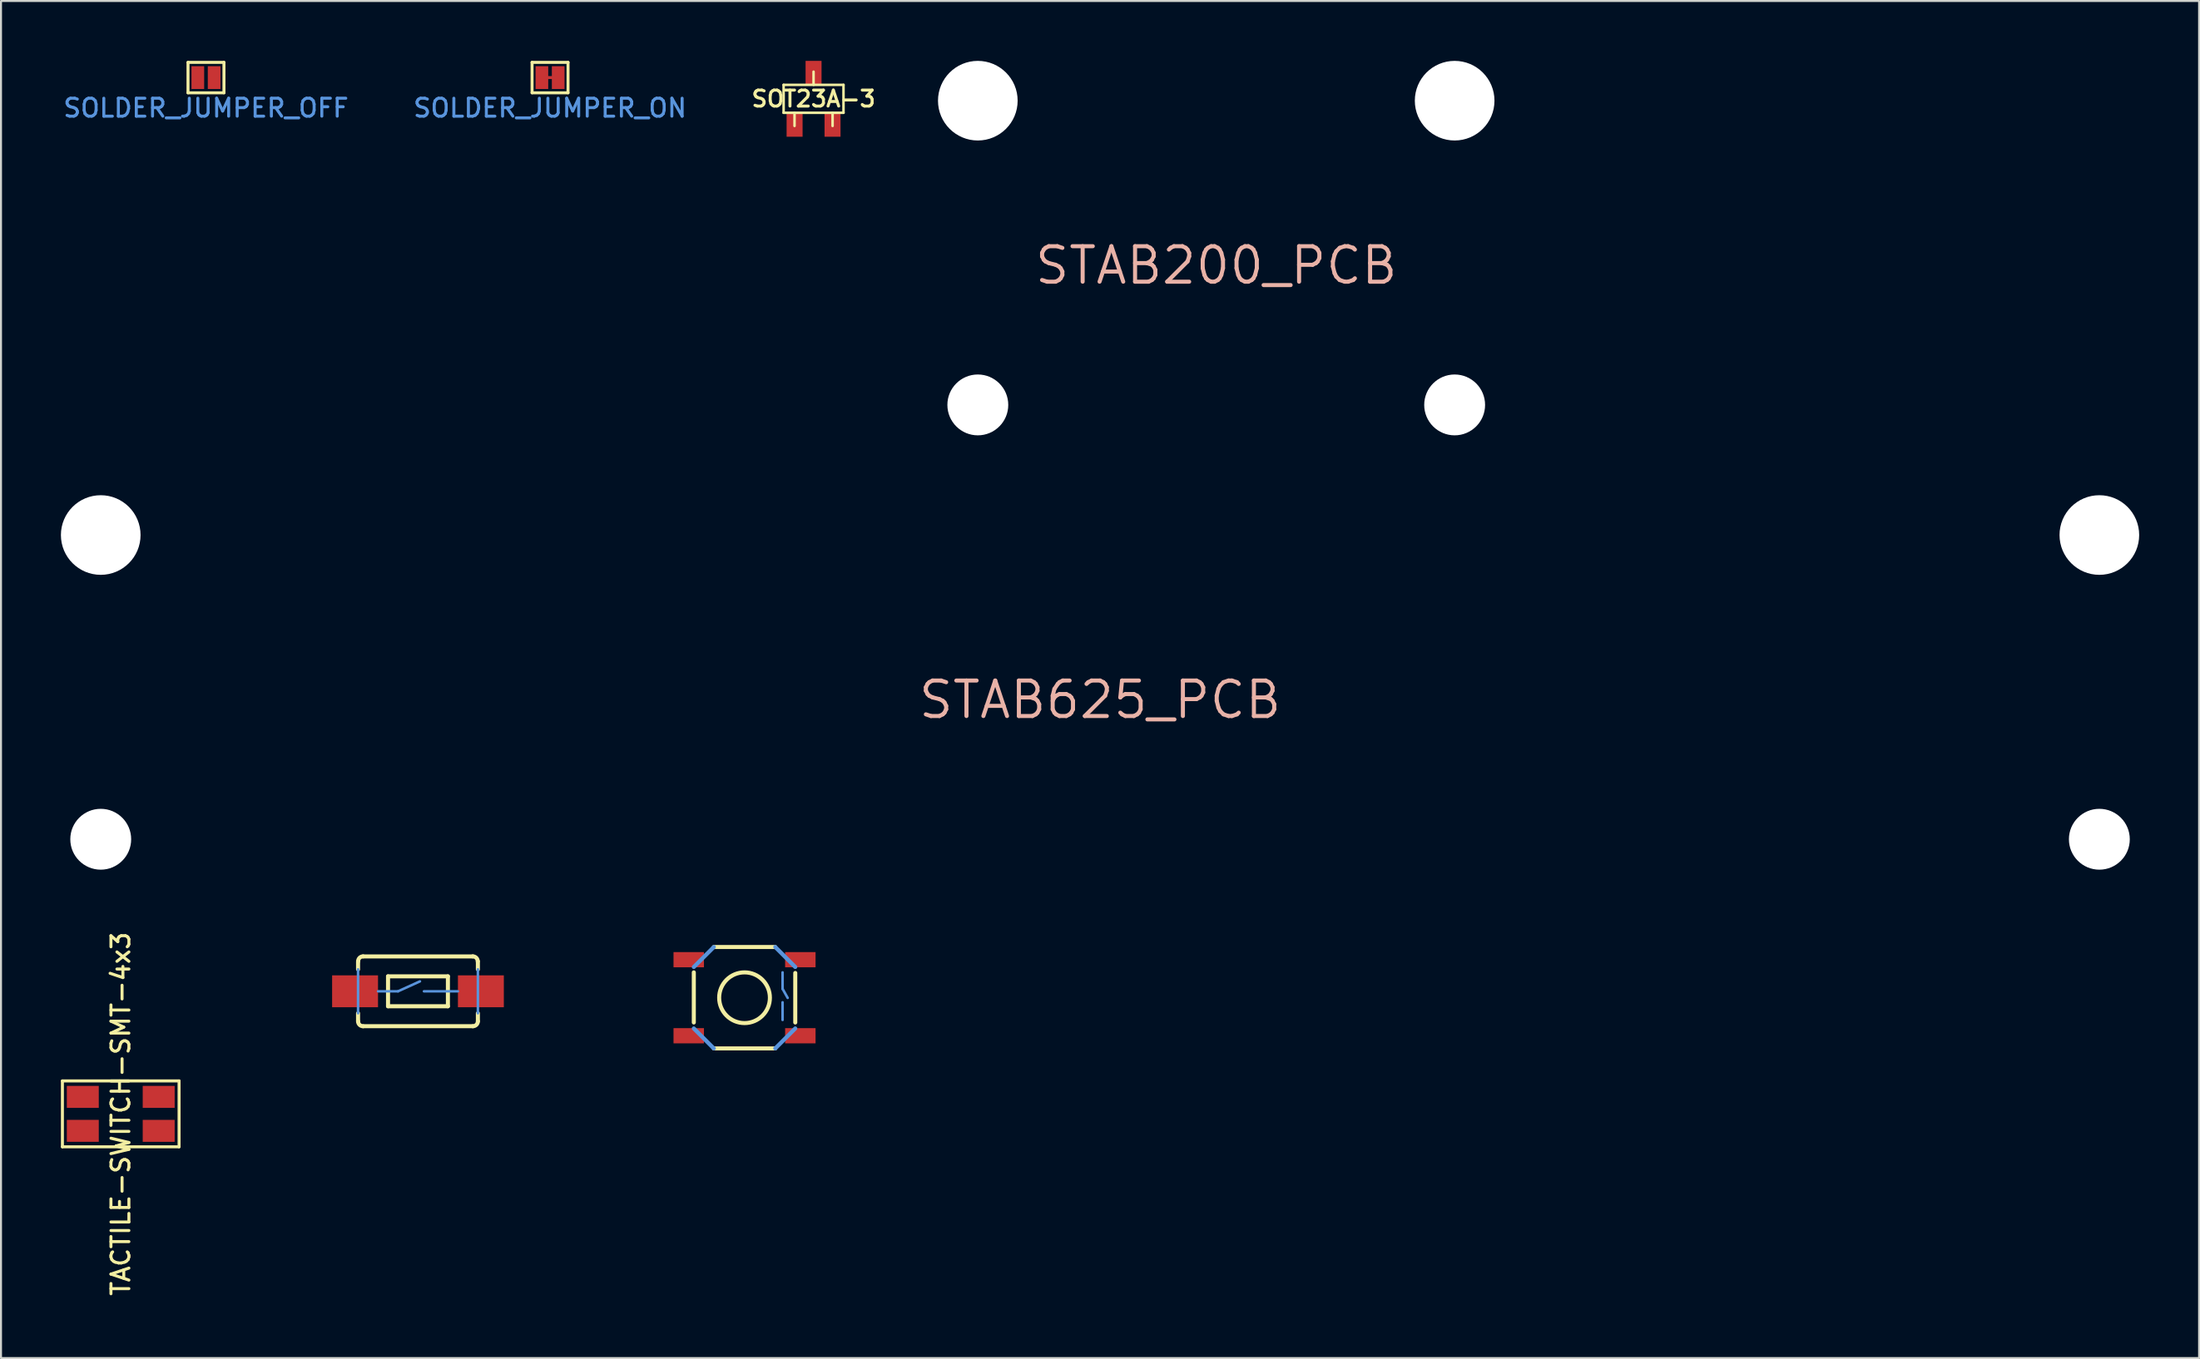
<source format=kicad_pcb>
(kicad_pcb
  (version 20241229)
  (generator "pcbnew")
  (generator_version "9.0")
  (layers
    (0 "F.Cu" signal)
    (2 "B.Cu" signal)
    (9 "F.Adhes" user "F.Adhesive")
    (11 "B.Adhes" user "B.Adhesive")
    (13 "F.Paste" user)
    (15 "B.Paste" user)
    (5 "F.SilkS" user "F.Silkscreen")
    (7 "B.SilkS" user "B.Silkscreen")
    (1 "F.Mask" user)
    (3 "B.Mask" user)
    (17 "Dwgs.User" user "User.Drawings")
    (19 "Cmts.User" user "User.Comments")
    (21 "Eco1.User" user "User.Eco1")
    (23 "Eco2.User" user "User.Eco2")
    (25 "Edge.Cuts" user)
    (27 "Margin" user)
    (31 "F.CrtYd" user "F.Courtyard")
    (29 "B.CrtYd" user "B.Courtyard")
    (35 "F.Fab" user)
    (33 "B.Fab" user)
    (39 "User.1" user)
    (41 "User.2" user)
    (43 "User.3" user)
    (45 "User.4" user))
  (footprint "STAB625_PCB"
    (layer "F.Cu")
    (at 52.032 32.007)
    (property "Reference" "STAB625_PCB" (at 0 0 0) (layer "B.SilkS") (effects (font (size 1.778 1.778) (thickness 0.203))))
    (attr through_hole)
    (fp_line (start -51.689 -6.223) (end -48.387 -6.223) (stroke (width 0.152) (type solid)) (layer "Eco2.User"))
    (fp_line (start -51.689 7.747) (end -51.689 -6.223) (stroke (width 0.152) (type solid)) (layer "Eco2.User"))
    (fp_line (start -48.387 -6.223) (end -48.387 7.747) (stroke (width 0.152) (type solid)) (layer "Eco2.User"))
    (fp_line (start -48.387 7.747) (end -51.689 7.747) (stroke (width 0.152) (type solid)) (layer "Eco2.User"))
    (fp_line (start 48.387 -6.223) (end 51.689 -6.223) (stroke (width 0.152) (type solid)) (layer "Eco2.User"))
    (fp_line (start 48.387 7.747) (end 48.387 -6.223) (stroke (width 0.152) (type solid)) (layer "Eco2.User"))
    (fp_line (start 51.689 -6.223) (end 51.689 7.747) (stroke (width 0.152) (type solid)) (layer "Eco2.User"))
    (fp_line (start 51.689 7.747) (end 48.387 7.747) (stroke (width 0.152) (type solid)) (layer "Eco2.User"))
    (pad "" np_thru_hole circle (at -50.038 -8.255) (size 3.988 3.988) (drill 3.988) (layers "*.Cu"))
    (pad "" np_thru_hole circle (at -50.038 6.985) (size 3.048 3.048) (drill 3.048) (layers "*.Cu"))
    (pad "" np_thru_hole circle (at 50.038 -8.255) (size 3.988 3.988) (drill 3.988) (layers "*.Cu"))
    (pad "" np_thru_hole circle (at 50.038 6.985) (size 3.048 3.048) (drill 3.048) (layers "*.Cu")))
  (footprint "SOT23A-3"
    (layer "F.Cu")
    (at 37.687 1.9)
    (property "Reference" "SOT23A-3" (at 0 0 0) (layer "F.SilkS") (effects (font (size 0.8 0.8) (thickness 0.15))))
    (attr smd)
    (fp_line (start -1.499 -0.699) (end 1.499 -0.699) (stroke (width 0.127) (type solid)) (layer "F.SilkS"))
    (fp_line (start -1.499 0.699) (end -1.499 -0.699) (stroke (width 0.127) (type solid)) (layer "F.SilkS"))
    (fp_line (start -0.953 0.699) (end -0.953 1.359) (stroke (width 0.127) (type solid)) (layer "F.SilkS"))
    (fp_line (start 0 -0.699) (end 0 -1.359) (stroke (width 0.127) (type solid)) (layer "F.SilkS"))
    (fp_line (start 0.953 0.699) (end 0.953 1.359) (stroke (width 0.127) (type solid)) (layer "F.SilkS"))
    (fp_line (start 1.499 -0.699) (end 1.499 0.699) (stroke (width 0.127) (type solid)) (layer "F.SilkS"))
    (fp_line (start 1.499 0.699) (end -1.499 0.699) (stroke (width 0.127) (type solid)) (layer "F.SilkS"))
    (pad "1" smd rect (at -0.95 1.3) (size 0.8 1.2) (layers "F.Cu" "F.Mask" "F.Paste"))
    (pad "2" smd rect (at 0.95 1.3) (size 0.8 1.2) (layers "F.Cu" "F.Mask" "F.Paste"))
    (pad "3" smd rect (at 0 -1.3) (size 0.8 1.2) (layers "F.Cu" "F.Mask" "F.Paste")))
  (footprint "SOLDER_JUMPER_OFF"
    (layer "F.Cu")
    (at 7.264 0.837)
    (property "Reference" "SOLDER_JUMPER_OFF" (at 0 1.524 0) (layer "Cmts.User") (effects (font (size 0.899 0.899) (thickness 0.15))))
    (attr smd)
    (fp_line (start -0.9 -0.762) (end 0.9 -0.762) (stroke (width 0.15) (type solid)) (layer "F.SilkS"))
    (fp_line (start -0.9 0.762) (end -0.9 -0.762) (stroke (width 0.15) (type solid)) (layer "F.SilkS"))
    (fp_line (start 0.9 -0.762) (end 0.9 0.762) (stroke (width 0.15) (type solid)) (layer "F.SilkS"))
    (fp_line (start 0.9 0.762) (end -0.9 0.762) (stroke (width 0.15) (type solid)) (layer "F.SilkS"))
    (pad "" smd rect (at 0 0) (size 0.181 1.143) (layers "F.Mask"))
    (pad "1" smd rect (at -0.408 0) (size 0.635 1.143) (layers "F.Cu" "F.Mask"))
    (pad "2" smd rect (at 0.408 0) (size 0.635 1.143) (layers "F.Cu" "F.Mask")))
  (footprint "TACTILE-SWITCH-SMT-4x3"
    (layer "F.Cu")
    (at 2.996 52.749)
    (property "Reference" "TACTILE-SWITCH-SMT-4x3" (at 0 0 90) (layer "F.SilkS") (effects (font (size 0.899 0.899) (thickness 0.15))))
    (attr smd)
    (fp_line (start -2.921 -1.651) (end 2.921 -1.651) (stroke (width 0.15) (type solid)) (layer "F.SilkS"))
    (fp_line (start -2.921 1.651) (end -2.921 -1.651) (stroke (width 0.15) (type solid)) (layer "F.SilkS"))
    (fp_line (start 2.921 -1.651) (end 2.921 1.651) (stroke (width 0.15) (type solid)) (layer "F.SilkS"))
    (fp_line (start 2.921 1.651) (end -2.921 1.651) (stroke (width 0.15) (type solid)) (layer "F.SilkS"))
    (pad "1" smd rect (at -1.9 -0.851) (size 1.6 1.1) (layers "F.Cu" "F.Mask" "F.Paste"))
    (pad "2" smd rect (at 1.9 -0.851) (size 1.6 1.1) (layers "F.Cu" "F.Mask" "F.Paste"))
    (pad "3" smd rect (at 1.9 0.851) (size 1.6 1.1) (layers "F.Cu" "F.Mask" "F.Paste"))
    (pad "4" smd rect (at -1.9 0.85) (size 1.6 1.1) (layers "F.Cu" "F.Mask" "F.Paste")))
  (footprint "TACTILE-SWITCH-SMT-1101NE"
    (layer "F.Cu")
    (at 17.879 46.609)
    (property "Reference" "TACTILE-SWITCH-SMT-1101NE" (at 0 -2.54 0) (layer "Eco1.User") (effects (font (size 0.762 0.762) (thickness 0.061))))
    (attr through_hole)
    (fp_line (start -3 -1.1) (end -3 -1.499) (stroke (width 0.203) (type solid)) (layer "F.SilkS"))
    (fp_line (start -3 1.499) (end -3 1.1) (stroke (width 0.203) (type solid)) (layer "F.SilkS"))
    (fp_line (start -2.748 -1.748) (end 2.748 -1.748) (stroke (width 0.203) (type solid)) (layer "F.SilkS"))
    (fp_line (start -1.499 -0.749) (end 1.499 -0.749) (stroke (width 0.203) (type solid)) (layer "F.SilkS"))
    (fp_line (start -1.499 0.749) (end -1.499 -0.749) (stroke (width 0.203) (type solid)) (layer "F.SilkS"))
    (fp_line (start 1.499 0.749) (end -1.499 0.749) (stroke (width 0.203) (type solid)) (layer "F.SilkS"))
    (fp_line (start 1.499 0.749) (end 1.499 -0.749) (stroke (width 0.203) (type solid)) (layer "F.SilkS"))
    (fp_line (start 2.748 1.748) (end -2.748 1.748) (stroke (width 0.203) (type solid)) (layer "F.SilkS"))
    (fp_line (start 3 -1.1) (end 3 -1.499) (stroke (width 0.203) (type solid)) (layer "F.SilkS"))
    (fp_line (start 3 1.499) (end 3 1.1) (stroke (width 0.203) (type solid)) (layer "F.SilkS"))
    (fp_arc (start -2.99593 -1.50114) (mid -2.923023 -1.677153) (end -2.74701 -1.75006) (stroke (width 0.2032) (type solid)) (layer "F.SilkS"))
    (fp_arc (start -2.74828 1.75006) (mid -2.926089 1.676409) (end -2.99974 1.4986) (stroke (width 0.2032) (type solid)) (layer "F.SilkS"))
    (fp_arc (start 2.7432 -1.75006) (mid 2.919213 -1.677153) (end 2.99212 -1.50114) (stroke (width 0.2032) (type solid)) (layer "F.SilkS"))
    (fp_arc (start 2.99974 1.4986) (mid 2.926089 1.676409) (end 2.74828 1.75006) (stroke (width 0.2032) (type solid)) (layer "F.SilkS"))
    (fp_line (start -3 -1.1) (end -3 1.1) (stroke (width 0.127) (type solid)) (layer "Cmts.User"))
    (fp_line (start -1.999 0) (end -0.998 0) (stroke (width 0.127) (type solid)) (layer "Cmts.User"))
    (fp_line (start -0.998 0) (end 0.099 -0.498) (stroke (width 0.127) (type solid)) (layer "Cmts.User"))
    (fp_line (start 0.3 0) (end 1.999 0) (stroke (width 0.127) (type solid)) (layer "Cmts.User"))
    (fp_line (start 3 -1.1) (end 3 1.1) (stroke (width 0.127) (type solid)) (layer "Cmts.User"))
    (pad "1" smd rect (at -3.15 0 180) (size 2.299 1.598) (layers "F.Cu" "F.Mask" "F.Paste"))
    (pad "2" smd rect (at 3.15 0 180) (size 2.299 1.598) (layers "F.Cu" "F.Mask" "F.Paste")))
  (footprint "SOLDER_JUMPER_ON"
    (layer "F.Cu")
    (at 24.492 0.837)
    (property "Reference" "SOLDER_JUMPER_ON" (at 0 1.524 180) (layer "Cmts.User") (effects (font (size 0.899 0.899) (thickness 0.15))))
    (attr smd)
    (fp_line (start 0.246 0) (end -0.246 0) (stroke (width 0.15) (type solid)) (layer "F.Cu"))
    (fp_line (start -0.9 -0.762) (end 0.9 -0.762) (stroke (width 0.15) (type solid)) (layer "F.SilkS"))
    (fp_line (start -0.9 0.762) (end -0.9 -0.762) (stroke (width 0.15) (type solid)) (layer "F.SilkS"))
    (fp_line (start 0.9 -0.762) (end 0.9 0.762) (stroke (width 0.15) (type solid)) (layer "F.SilkS"))
    (fp_line (start 0.9 0.762) (end -0.9 0.762) (stroke (width 0.15) (type solid)) (layer "F.SilkS"))
    (pad "" smd rect (at 0 0) (size 0.181 1.143) (layers "F.Mask"))
    (pad "1" smd rect (at -0.408 0) (size 0.635 1.143) (layers "F.Cu" "F.Mask"))
    (pad "2" smd rect (at 0.408 0) (size 0.635 1.143) (layers "F.Cu" "F.Mask")))
  (footprint "TACTILE-SWITCH-SMT-DPST"
    (layer "F.Cu")
    (at 34.231 46.931)
    (property "Reference" "TACTILE-SWITCH-SMT-DPST" (at -0.145 -3.124 0) (layer "Eco1.User") (effects (font (size 0.406 0.406) (thickness 0.03))))
    (attr through_hole)
    (fp_line (start -2.54 1.24) (end -2.54 -1.27) (stroke (width 0.203) (type solid)) (layer "F.SilkS"))
    (fp_line (start -1.539 -2.54) (end 1.539 -2.54) (stroke (width 0.203) (type solid)) (layer "F.SilkS"))
    (fp_line (start 1.539 2.54) (end -1.539 2.54) (stroke (width 0.203) (type solid)) (layer "F.SilkS"))
    (fp_line (start 2.54 -1.24) (end 2.54 1.24) (stroke (width 0.203) (type solid)) (layer "F.SilkS"))
    (fp_circle (center 0 0) (end 1.27 0) (stroke (width 0.203) (type solid)) (fill no) (layer "F.SilkS"))
    (fp_line (start -2.54 -1.539) (end -1.539 -2.54) (stroke (width 0.203) (type solid)) (layer "Cmts.User"))
    (fp_line (start -1.539 2.54) (end -2.54 1.539) (stroke (width 0.203) (type solid)) (layer "Cmts.User"))
    (fp_line (start 1.539 -2.54) (end 2.54 -1.539) (stroke (width 0.203) (type solid)) (layer "Cmts.User"))
    (fp_line (start 1.905 -1.27) (end 1.905 -0.445) (stroke (width 0.127) (type solid)) (layer "Cmts.User"))
    (fp_line (start 1.905 -0.445) (end 2.159 0.008) (stroke (width 0.127) (type solid)) (layer "Cmts.User"))
    (fp_line (start 1.905 0.229) (end 1.905 1.113) (stroke (width 0.127) (type solid)) (layer "Cmts.User"))
    (fp_line (start 2.54 1.539) (end 1.539 2.54) (stroke (width 0.203) (type solid)) (layer "Cmts.User"))
    (fp_text user ">Value" (at -0.038 3.063 0) (layer "Eco1.User") (effects (font (size 0.406 0.406) (thickness 0.03))))
    (pad "1" smd rect (at -2.794 -1.905 90) (size 0.762 1.524) (layers "F.Cu" "F.Mask" "F.Paste"))
    (pad "2" smd rect (at 2.794 -1.905 90) (size 0.762 1.524) (layers "F.Cu" "F.Mask" "F.Paste"))
    (pad "3" smd rect (at -2.794 1.905 90) (size 0.762 1.524) (layers "F.Cu" "F.Mask" "F.Paste"))
    (pad "4" smd rect (at 2.794 1.905 90) (size 0.762 1.524) (layers "F.Cu" "F.Mask" "F.Paste")))
  (footprint "STAB200_PCB"
    (layer "F.Cu")
    (at 57.85 10.249)
    (property "Reference" "STAB200_PCB" (at 0 0 0) (layer "B.SilkS") (effects (font (size 1.778 1.778) (thickness 0.203))))
    (attr through_hole)
    (fp_line (start -13.589 -6.223) (end -10.287 -6.223) (stroke (width 0.152) (type solid)) (layer "Eco2.User"))
    (fp_line (start -13.589 7.747) (end -13.589 -6.223) (stroke (width 0.152) (type solid)) (layer "Eco2.User"))
    (fp_line (start -10.287 -6.223) (end -10.287 7.747) (stroke (width 0.152) (type solid)) (layer "Eco2.User"))
    (fp_line (start -10.287 7.747) (end -13.589 7.747) (stroke (width 0.152) (type solid)) (layer "Eco2.User"))
    (fp_line (start 10.287 -6.223) (end 13.589 -6.223) (stroke (width 0.152) (type solid)) (layer "Eco2.User"))
    (fp_line (start 10.287 7.747) (end 10.287 -6.223) (stroke (width 0.152) (type solid)) (layer "Eco2.User"))
    (fp_line (start 13.589 -6.223) (end 13.589 7.747) (stroke (width 0.152) (type solid)) (layer "Eco2.User"))
    (fp_line (start 13.589 7.747) (end 10.287 7.747) (stroke (width 0.152) (type solid)) (layer "Eco2.User"))
    (pad "" np_thru_hole circle (at -11.938 -8.255) (size 3.988 3.988) (drill 3.988) (layers "*.Cu"))
    (pad "" np_thru_hole circle (at -11.938 6.985) (size 3.048 3.048) (drill 3.048) (layers "*.Cu"))
    (pad "" np_thru_hole circle (at 11.938 -8.255) (size 3.988 3.988) (drill 3.988) (layers "*.Cu"))
    (pad "" np_thru_hole circle (at 11.938 6.985) (size 3.048 3.048) (drill 3.048) (layers "*.Cu")))
  (gr_rect
    (start -3 -3)
    (end 107.064 64.983)
    (stroke (width 0.1) (type default))
    (fill no)
    (layer "Edge.Cuts")))
</source>
